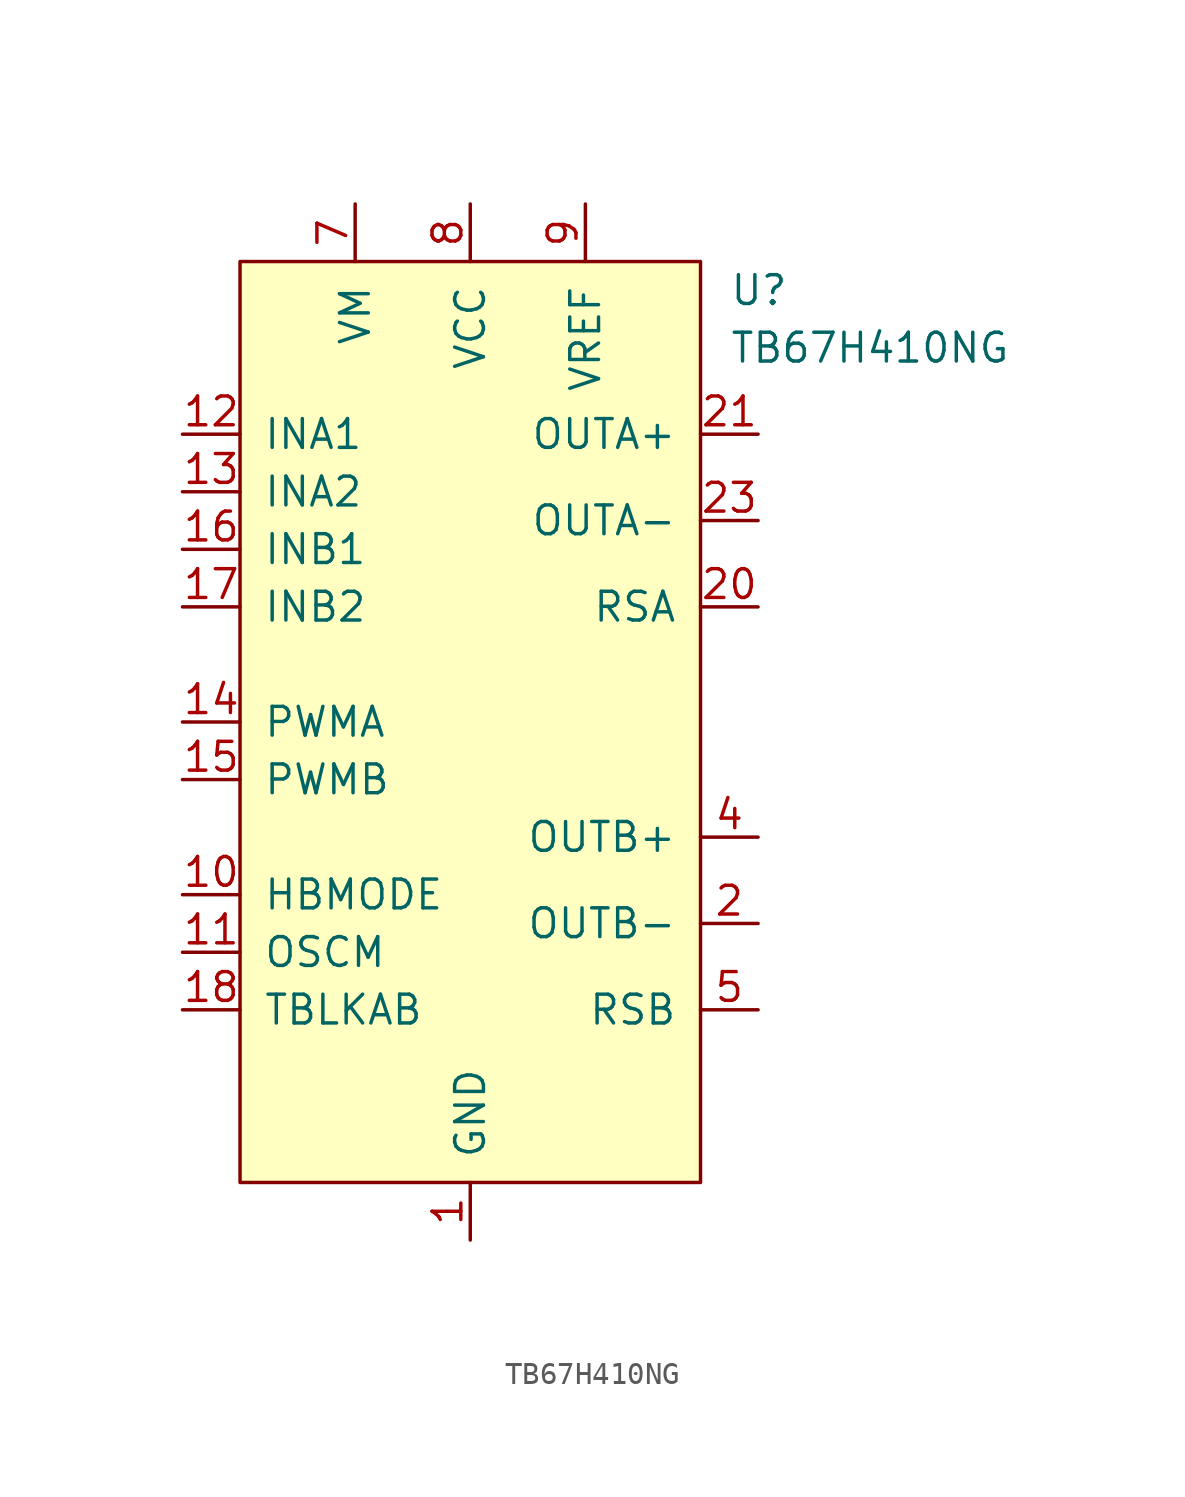
<source format=kicad_sym>
(kicad_symbol_lib
  (version 20211014)
  (generator kicad_symbol_editor)
  (symbol "TB67H410NG"
    (pin_names
      (offset 1.016))
    (property "Reference" "U"
      (at 11.43 19.05 0)
      (effects (font (size 1.27 1.27)) (justify left)))
    (property "Value" "TB67H410NG"
      (at 11.43 16.51 0)
      (effects (font (size 1.27 1.27)) (justify left)))
    (symbol "TB67H410NG_0_1"
      (rectangle (start -10.16 20.32) (end 10.16 -20.32) (stroke (width 0) (type default) (color 0 0 0 0)) (fill (type background))))
    (symbol "TB67H410NG_1_1"
      (pin power_in line (at 0 -22.86 90) (length 2.54) (name "GND" (effects (font (size 1.27 1.27)))) (number "1" (effects (font (size 1.27 1.27)))))
      (pin input line (at -12.7 -7.62 0) (length 2.54) (name "HBMODE" (effects (font (size 1.27 1.27)))) (number "10" (effects (font (size 1.27 1.27)))))
      (pin input line (at -12.7 -10.16 0) (length 2.54) (name "OSCM" (effects (font (size 1.27 1.27)))) (number "11" (effects (font (size 1.27 1.27)))))
      (pin input line (at -12.7 12.7 0) (length 2.54) (name "INA1" (effects (font (size 1.27 1.27)))) (number "12" (effects (font (size 1.27 1.27)))))
      (pin input line (at -12.7 10.16 0) (length 2.54) (name "INA2" (effects (font (size 1.27 1.27)))) (number "13" (effects (font (size 1.27 1.27)))))
      (pin input line (at -12.7 0 0) (length 2.54) (name "PWMA" (effects (font (size 1.27 1.27)))) (number "14" (effects (font (size 1.27 1.27)))))
      (pin input line (at -12.7 -2.54 0) (length 2.54) (name "PWMB" (effects (font (size 1.27 1.27)))) (number "15" (effects (font (size 1.27 1.27)))))
      (pin input line (at -12.7 7.62 0) (length 2.54) (name "INB1" (effects (font (size 1.27 1.27)))) (number "16" (effects (font (size 1.27 1.27)))))
      (pin input line (at -12.7 5.08 0) (length 2.54) (name "INB2" (effects (font (size 1.27 1.27)))) (number "17" (effects (font (size 1.27 1.27)))))
      (pin input line (at -12.7 -12.7 0) (length 2.54) (name "TBLKAB" (effects (font (size 1.27 1.27)))) (number "18" (effects (font (size 1.27 1.27)))))
      (pin power_in line (at 0 -22.86 90) (length 2.54) hide (name "GND" (effects (font (size 1.27 1.27)))) (number "19" (effects (font (size 1.27 1.27)))))
      (pin output line (at 12.7 -8.89 180) (length 2.54) (name "OUTB-" (effects (font (size 1.27 1.27)))) (number "2" (effects (font (size 1.27 1.27)))))
      (pin output line (at 12.7 5.08 180) (length 2.54) (name "RSA" (effects (font (size 1.27 1.27)))) (number "20" (effects (font (size 1.27 1.27)))))
      (pin output line (at 12.7 12.7 180) (length 2.54) (name "OUTA+" (effects (font (size 1.27 1.27)))) (number "21" (effects (font (size 1.27 1.27)))))
      (pin power_in line (at 0 -22.86 90) (length 2.54) hide (name "GND" (effects (font (size 1.27 1.27)))) (number "22" (effects (font (size 1.27 1.27)))))
      (pin output line (at 12.7 8.89 180) (length 2.54) (name "OUTA-" (effects (font (size 1.27 1.27)))) (number "23" (effects (font (size 1.27 1.27)))))
      (pin power_in line (at 0 -22.86 90) (length 2.54) hide (name "GND" (effects (font (size 1.27 1.27)))) (number "24" (effects (font (size 1.27 1.27)))))
      (pin power_in line (at 0 -22.86 90) (length 2.54) hide (name "GND" (effects (font (size 1.27 1.27)))) (number "3" (effects (font (size 1.27 1.27)))))
      (pin output line (at 12.7 -5.08 180) (length 2.54) (name "OUTB+" (effects (font (size 1.27 1.27)))) (number "4" (effects (font (size 1.27 1.27)))))
      (pin output line (at 12.7 -12.7 180) (length 2.54) (name "RSB" (effects (font (size 1.27 1.27)))) (number "5" (effects (font (size 1.27 1.27)))))
      (pin power_in line (at 0 -22.86 90) (length 2.54) hide (name "GND" (effects (font (size 1.27 1.27)))) (number "6" (effects (font (size 1.27 1.27)))))
      (pin power_in line (at -5.08 22.86 270) (length 2.54) (name "VM" (effects (font (size 1.27 1.27)))) (number "7" (effects (font (size 1.27 1.27)))))
      (pin power_in line (at 0 22.86 270) (length 2.54) (name "VCC" (effects (font (size 1.27 1.27)))) (number "8" (effects (font (size 1.27 1.27)))))
      (pin power_in line (at 5.08 22.86 270) (length 2.54) (name "VREF" (effects (font (size 1.27 1.27)))) (number "9" (effects (font (size 1.27 1.27))))))))
</source>
